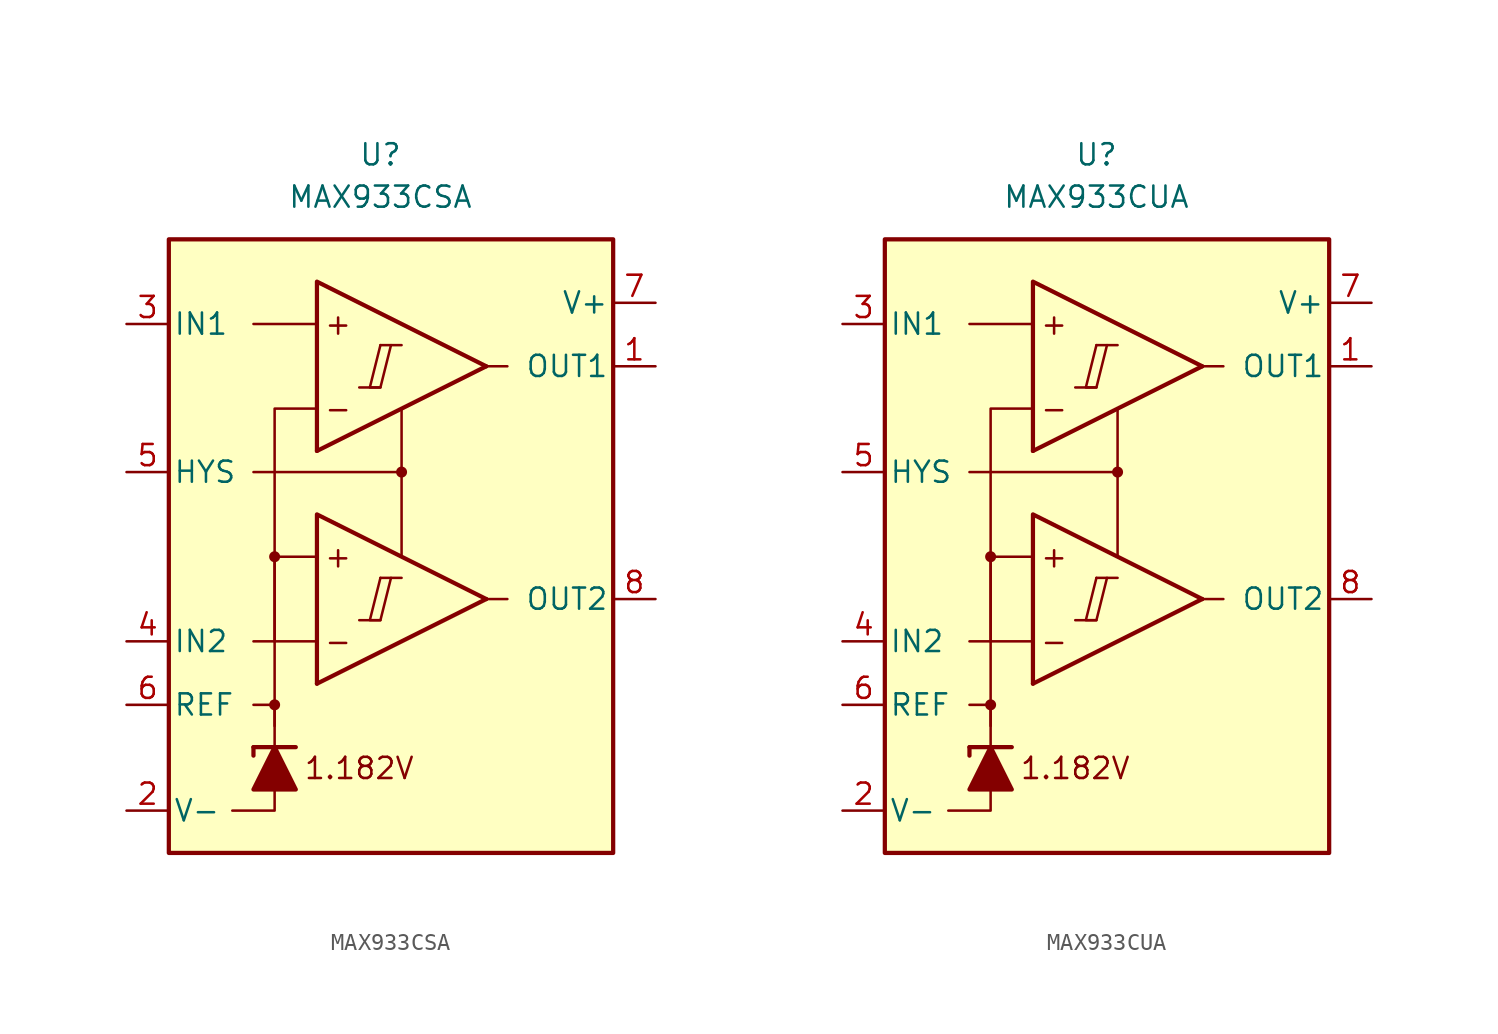
<source format=kicad_sym>
(kicad_symbol_lib
  (version 20211014)
  (generator kicad_symbol_editor)
  (symbol "MAX933CSA"
    (pin_names
      (offset 0.254))
    (property "Reference" "U"
      (at -1.27 22.86 0)
      (effects (font (size 1.27 1.27))))
    (property "Value" "MAX933CSA"
      (at -1.27 20.32 0)
      (effects (font (size 1.27 1.27))))
    (symbol "MAX933CSA_0_0"
      (rectangle (start -13.97 17.78) (end 12.7 -19.05) (stroke (width 0.254) (type default) (color 0 0 0 0)) (fill (type background)))
      (circle (center -7.62 -10.16) (radius 0.254) (stroke (width 0.152) (type default) (color 0 0 0 0)) (fill (type outline)))
      (circle (center -7.62 -1.27) (radius 0.254) (stroke (width 0.152) (type default) (color 0 0 0 0)) (fill (type outline)))
      (polyline (pts (xy -2.54 -5.08) (xy -1.27 -5.08)) (stroke (width 0.152) (type default) (color 0 0 0 0)) (fill (type none)))
      (polyline (pts (xy -2.54 8.89) (xy -1.27 8.89)) (stroke (width 0.152) (type default) (color 0 0 0 0)) (fill (type none)))
      (polyline (pts (xy -1.27 -2.54) (xy 0 -2.54)) (stroke (width 0.152) (type default) (color 0 0 0 0)) (fill (type none)))
      (polyline (pts (xy -1.27 11.43) (xy 0 11.43)) (stroke (width 0.152) (type default) (color 0 0 0 0)) (fill (type none)))
      (polyline (pts (xy 5.08 -3.81) (xy -5.08 -8.89)) (stroke (width 0.254) (type default) (color 0 0 0 0)) (fill (type none)))
      (polyline (pts (xy 5.08 10.16) (xy -5.08 5.08)) (stroke (width 0.254) (type default) (color 0 0 0 0)) (fill (type none)))
      (polyline (pts (xy 5.08 -3.81) (xy -5.08 1.27) (xy -5.08 -8.89)) (stroke (width 0.254) (type default) (color 0 0 0 0)) (fill (type background)))
      (polyline (pts (xy 5.08 10.16) (xy -5.08 15.24) (xy -5.08 5.08)) (stroke (width 0.254) (type default) (color 0 0 0 0)) (fill (type background)))
      (polyline (pts (xy -1.27 -2.54) (xy -1.905 -5.08) (xy -1.27 -5.08) (xy -0.635 -2.54)) (stroke (width 0.152) (type default) (color 0 0 0 0)) (fill (type none)))
      (polyline (pts (xy -1.27 11.43) (xy -1.905 8.89) (xy -1.27 8.89) (xy -0.635 11.43)) (stroke (width 0.152) (type default) (color 0 0 0 0)) (fill (type none)))
      (circle (center 0 3.81) (radius 0.254) (stroke (width 0.152) (type default) (color 0 0 0 0)) (fill (type outline)))
      (text "+" (at -3.81 -1.27 0) (effects (font (size 1.27 1.27))))
      (text "+" (at -3.81 12.7 0) (effects (font (size 1.27 1.27))))
      (text "-" (at -3.81 -6.35 0) (effects (font (size 1.27 1.27))))
      (text "-" (at -3.81 7.62 0) (effects (font (size 1.27 1.27))))
      (text "1.182V" (at -2.54 -13.97 0) (effects (font (size 1.27 1.27)))))
    (symbol "MAX933CSA_0_1"
      (polyline (pts (xy -8.89 -12.7) (xy -8.89 -13.208)) (stroke (width 0.254) (type default) (color 0 0 0 0)) (fill (type none)))
      (polyline (pts (xy -8.89 -12.7) (xy -6.35 -12.7)) (stroke (width 0.254) (type default) (color 0 0 0 0)) (fill (type none)))
      (polyline (pts (xy -5.08 -6.35) (xy -8.89 -6.35)) (stroke (width 0) (type default) (color 0 0 0 0)) (fill (type none)))
      (polyline (pts (xy -5.08 12.7) (xy -8.89 12.7)) (stroke (width 0) (type default) (color 0 0 0 0)) (fill (type none)))
      (polyline (pts (xy 0 3.81) (xy 0 -1.27)) (stroke (width 0) (type default) (color 0 0 0 0)) (fill (type none)))
      (polyline (pts (xy 5.08 -3.81) (xy 6.35 -3.81)) (stroke (width 0) (type default) (color 0 0 0 0)) (fill (type none)))
      (polyline (pts (xy 5.08 10.16) (xy 6.35 10.16)) (stroke (width 0) (type default) (color 0 0 0 0)) (fill (type none)))
      (polyline (pts (xy -7.62 -15.24) (xy -7.62 -16.51) (xy -10.16 -16.51)) (stroke (width 0) (type default) (color 0 0 0 0)) (fill (type none)))
      (polyline (pts (xy -7.62 -12.7) (xy -7.62 -10.16) (xy -8.89 -10.16)) (stroke (width 0) (type default) (color 0 0 0 0)) (fill (type none)))
      (polyline (pts (xy -7.62 -11.43) (xy -7.62 -1.27) (xy -5.08 -1.27)) (stroke (width 0) (type default) (color 0 0 0 0)) (fill (type none)))
      (polyline (pts (xy -7.62 -6.35) (xy -7.62 7.62) (xy -5.08 7.62)) (stroke (width 0) (type default) (color 0 0 0 0)) (fill (type none)))
      (polyline (pts (xy 0 7.62) (xy 0 3.81) (xy -8.89 3.81)) (stroke (width 0) (type default) (color 0 0 0 0)) (fill (type none)))
      (polyline (pts (xy -6.35 -15.24) (xy -8.89 -15.24) (xy -7.62 -12.7) (xy -6.35 -15.24)) (stroke (width 0.254) (type default) (color 0 0 0 0)) (fill (type outline))))
    (symbol "MAX933CSA_1_1"
      (pin output line (at 15.24 10.16 180) (length 2.54) (name "OUT1" (effects (font (size 1.27 1.27)))) (number "1" (effects (font (size 1.27 1.27)))))
      (pin power_in line (at -16.51 -16.51 0) (length 2.54) (name "V-" (effects (font (size 1.27 1.27)))) (number "2" (effects (font (size 1.27 1.27)))))
      (pin input line (at -16.51 12.7 0) (length 2.54) (name "IN1" (effects (font (size 1.27 1.27)))) (number "3" (effects (font (size 1.27 1.27)))))
      (pin input line (at -16.51 -6.35 0) (length 2.54) (name "IN2" (effects (font (size 1.27 1.27)))) (number "4" (effects (font (size 1.27 1.27)))))
      (pin input line (at -16.51 3.81 0) (length 2.54) (name "HYS" (effects (font (size 1.27 1.27)))) (number "5" (effects (font (size 1.27 1.27)))))
      (pin output line (at -16.51 -10.16 0) (length 2.54) (name "REF" (effects (font (size 1.27 1.27)))) (number "6" (effects (font (size 1.27 1.27)))))
      (pin power_in line (at 15.24 13.97 180) (length 2.54) (name "V+" (effects (font (size 1.27 1.27)))) (number "7" (effects (font (size 1.27 1.27)))))
      (pin output line (at 15.24 -3.81 180) (length 2.54) (name "OUT2" (effects (font (size 1.27 1.27)))) (number "8" (effects (font (size 1.27 1.27)))))))
  (symbol "MAX933CUA"
    (pin_names
      (offset 0.254))
    (property "Reference" "U"
      (at -1.27 22.86 0)
      (effects (font (size 1.27 1.27))))
    (property "Value" "MAX933CUA"
      (at -1.27 20.32 0)
      (effects (font (size 1.27 1.27))))
    (symbol "MAX933CUA_0_0"
      (rectangle (start -13.97 17.78) (end 12.7 -19.05) (stroke (width 0.254) (type default) (color 0 0 0 0)) (fill (type background)))
      (circle (center -7.62 -10.16) (radius 0.254) (stroke (width 0.152) (type default) (color 0 0 0 0)) (fill (type outline)))
      (circle (center -7.62 -1.27) (radius 0.254) (stroke (width 0.152) (type default) (color 0 0 0 0)) (fill (type outline)))
      (polyline (pts (xy -2.54 -5.08) (xy -1.27 -5.08)) (stroke (width 0.152) (type default) (color 0 0 0 0)) (fill (type none)))
      (polyline (pts (xy -2.54 8.89) (xy -1.27 8.89)) (stroke (width 0.152) (type default) (color 0 0 0 0)) (fill (type none)))
      (polyline (pts (xy -1.27 -2.54) (xy 0 -2.54)) (stroke (width 0.152) (type default) (color 0 0 0 0)) (fill (type none)))
      (polyline (pts (xy -1.27 11.43) (xy 0 11.43)) (stroke (width 0.152) (type default) (color 0 0 0 0)) (fill (type none)))
      (polyline (pts (xy 5.08 -3.81) (xy -5.08 -8.89)) (stroke (width 0.254) (type default) (color 0 0 0 0)) (fill (type none)))
      (polyline (pts (xy 5.08 10.16) (xy -5.08 5.08)) (stroke (width 0.254) (type default) (color 0 0 0 0)) (fill (type none)))
      (polyline (pts (xy 5.08 -3.81) (xy -5.08 1.27) (xy -5.08 -8.89)) (stroke (width 0.254) (type default) (color 0 0 0 0)) (fill (type background)))
      (polyline (pts (xy 5.08 10.16) (xy -5.08 15.24) (xy -5.08 5.08)) (stroke (width 0.254) (type default) (color 0 0 0 0)) (fill (type background)))
      (polyline (pts (xy -1.27 -2.54) (xy -1.905 -5.08) (xy -1.27 -5.08) (xy -0.635 -2.54)) (stroke (width 0.152) (type default) (color 0 0 0 0)) (fill (type none)))
      (polyline (pts (xy -1.27 11.43) (xy -1.905 8.89) (xy -1.27 8.89) (xy -0.635 11.43)) (stroke (width 0.152) (type default) (color 0 0 0 0)) (fill (type none)))
      (circle (center 0 3.81) (radius 0.254) (stroke (width 0.152) (type default) (color 0 0 0 0)) (fill (type outline)))
      (text "+" (at -3.81 -1.27 0) (effects (font (size 1.27 1.27))))
      (text "+" (at -3.81 12.7 0) (effects (font (size 1.27 1.27))))
      (text "-" (at -3.81 -6.35 0) (effects (font (size 1.27 1.27))))
      (text "-" (at -3.81 7.62 0) (effects (font (size 1.27 1.27))))
      (text "1.182V" (at -2.54 -13.97 0) (effects (font (size 1.27 1.27)))))
    (symbol "MAX933CUA_0_1"
      (polyline (pts (xy -8.89 -12.7) (xy -8.89 -13.208)) (stroke (width 0.254) (type default) (color 0 0 0 0)) (fill (type none)))
      (polyline (pts (xy -8.89 -12.7) (xy -6.35 -12.7)) (stroke (width 0.254) (type default) (color 0 0 0 0)) (fill (type none)))
      (polyline (pts (xy -5.08 -6.35) (xy -8.89 -6.35)) (stroke (width 0) (type default) (color 0 0 0 0)) (fill (type none)))
      (polyline (pts (xy -5.08 12.7) (xy -8.89 12.7)) (stroke (width 0) (type default) (color 0 0 0 0)) (fill (type none)))
      (polyline (pts (xy 0 3.81) (xy 0 -1.27)) (stroke (width 0) (type default) (color 0 0 0 0)) (fill (type none)))
      (polyline (pts (xy 5.08 -3.81) (xy 6.35 -3.81)) (stroke (width 0) (type default) (color 0 0 0 0)) (fill (type none)))
      (polyline (pts (xy 5.08 10.16) (xy 6.35 10.16)) (stroke (width 0) (type default) (color 0 0 0 0)) (fill (type none)))
      (polyline (pts (xy -7.62 -15.24) (xy -7.62 -16.51) (xy -10.16 -16.51)) (stroke (width 0) (type default) (color 0 0 0 0)) (fill (type none)))
      (polyline (pts (xy -7.62 -12.7) (xy -7.62 -10.16) (xy -8.89 -10.16)) (stroke (width 0) (type default) (color 0 0 0 0)) (fill (type none)))
      (polyline (pts (xy -7.62 -11.43) (xy -7.62 -1.27) (xy -5.08 -1.27)) (stroke (width 0) (type default) (color 0 0 0 0)) (fill (type none)))
      (polyline (pts (xy -7.62 -6.35) (xy -7.62 7.62) (xy -5.08 7.62)) (stroke (width 0) (type default) (color 0 0 0 0)) (fill (type none)))
      (polyline (pts (xy 0 7.62) (xy 0 3.81) (xy -8.89 3.81)) (stroke (width 0) (type default) (color 0 0 0 0)) (fill (type none)))
      (polyline (pts (xy -6.35 -15.24) (xy -8.89 -15.24) (xy -7.62 -12.7) (xy -6.35 -15.24)) (stroke (width 0.254) (type default) (color 0 0 0 0)) (fill (type outline))))
    (symbol "MAX933CUA_1_1"
      (pin output line (at 15.24 10.16 180) (length 2.54) (name "OUT1" (effects (font (size 1.27 1.27)))) (number "1" (effects (font (size 1.27 1.27)))))
      (pin power_in line (at -16.51 -16.51 0) (length 2.54) (name "V-" (effects (font (size 1.27 1.27)))) (number "2" (effects (font (size 1.27 1.27)))))
      (pin input line (at -16.51 12.7 0) (length 2.54) (name "IN1" (effects (font (size 1.27 1.27)))) (number "3" (effects (font (size 1.27 1.27)))))
      (pin input line (at -16.51 -6.35 0) (length 2.54) (name "IN2" (effects (font (size 1.27 1.27)))) (number "4" (effects (font (size 1.27 1.27)))))
      (pin input line (at -16.51 3.81 0) (length 2.54) (name "HYS" (effects (font (size 1.27 1.27)))) (number "5" (effects (font (size 1.27 1.27)))))
      (pin output line (at -16.51 -10.16 0) (length 2.54) (name "REF" (effects (font (size 1.27 1.27)))) (number "6" (effects (font (size 1.27 1.27)))))
      (pin power_in line (at 15.24 13.97 180) (length 2.54) (name "V+" (effects (font (size 1.27 1.27)))) (number "7" (effects (font (size 1.27 1.27)))))
      (pin output line (at 15.24 -3.81 180) (length 2.54) (name "OUT2" (effects (font (size 1.27 1.27)))) (number "8" (effects (font (size 1.27 1.27))))))))
</source>
